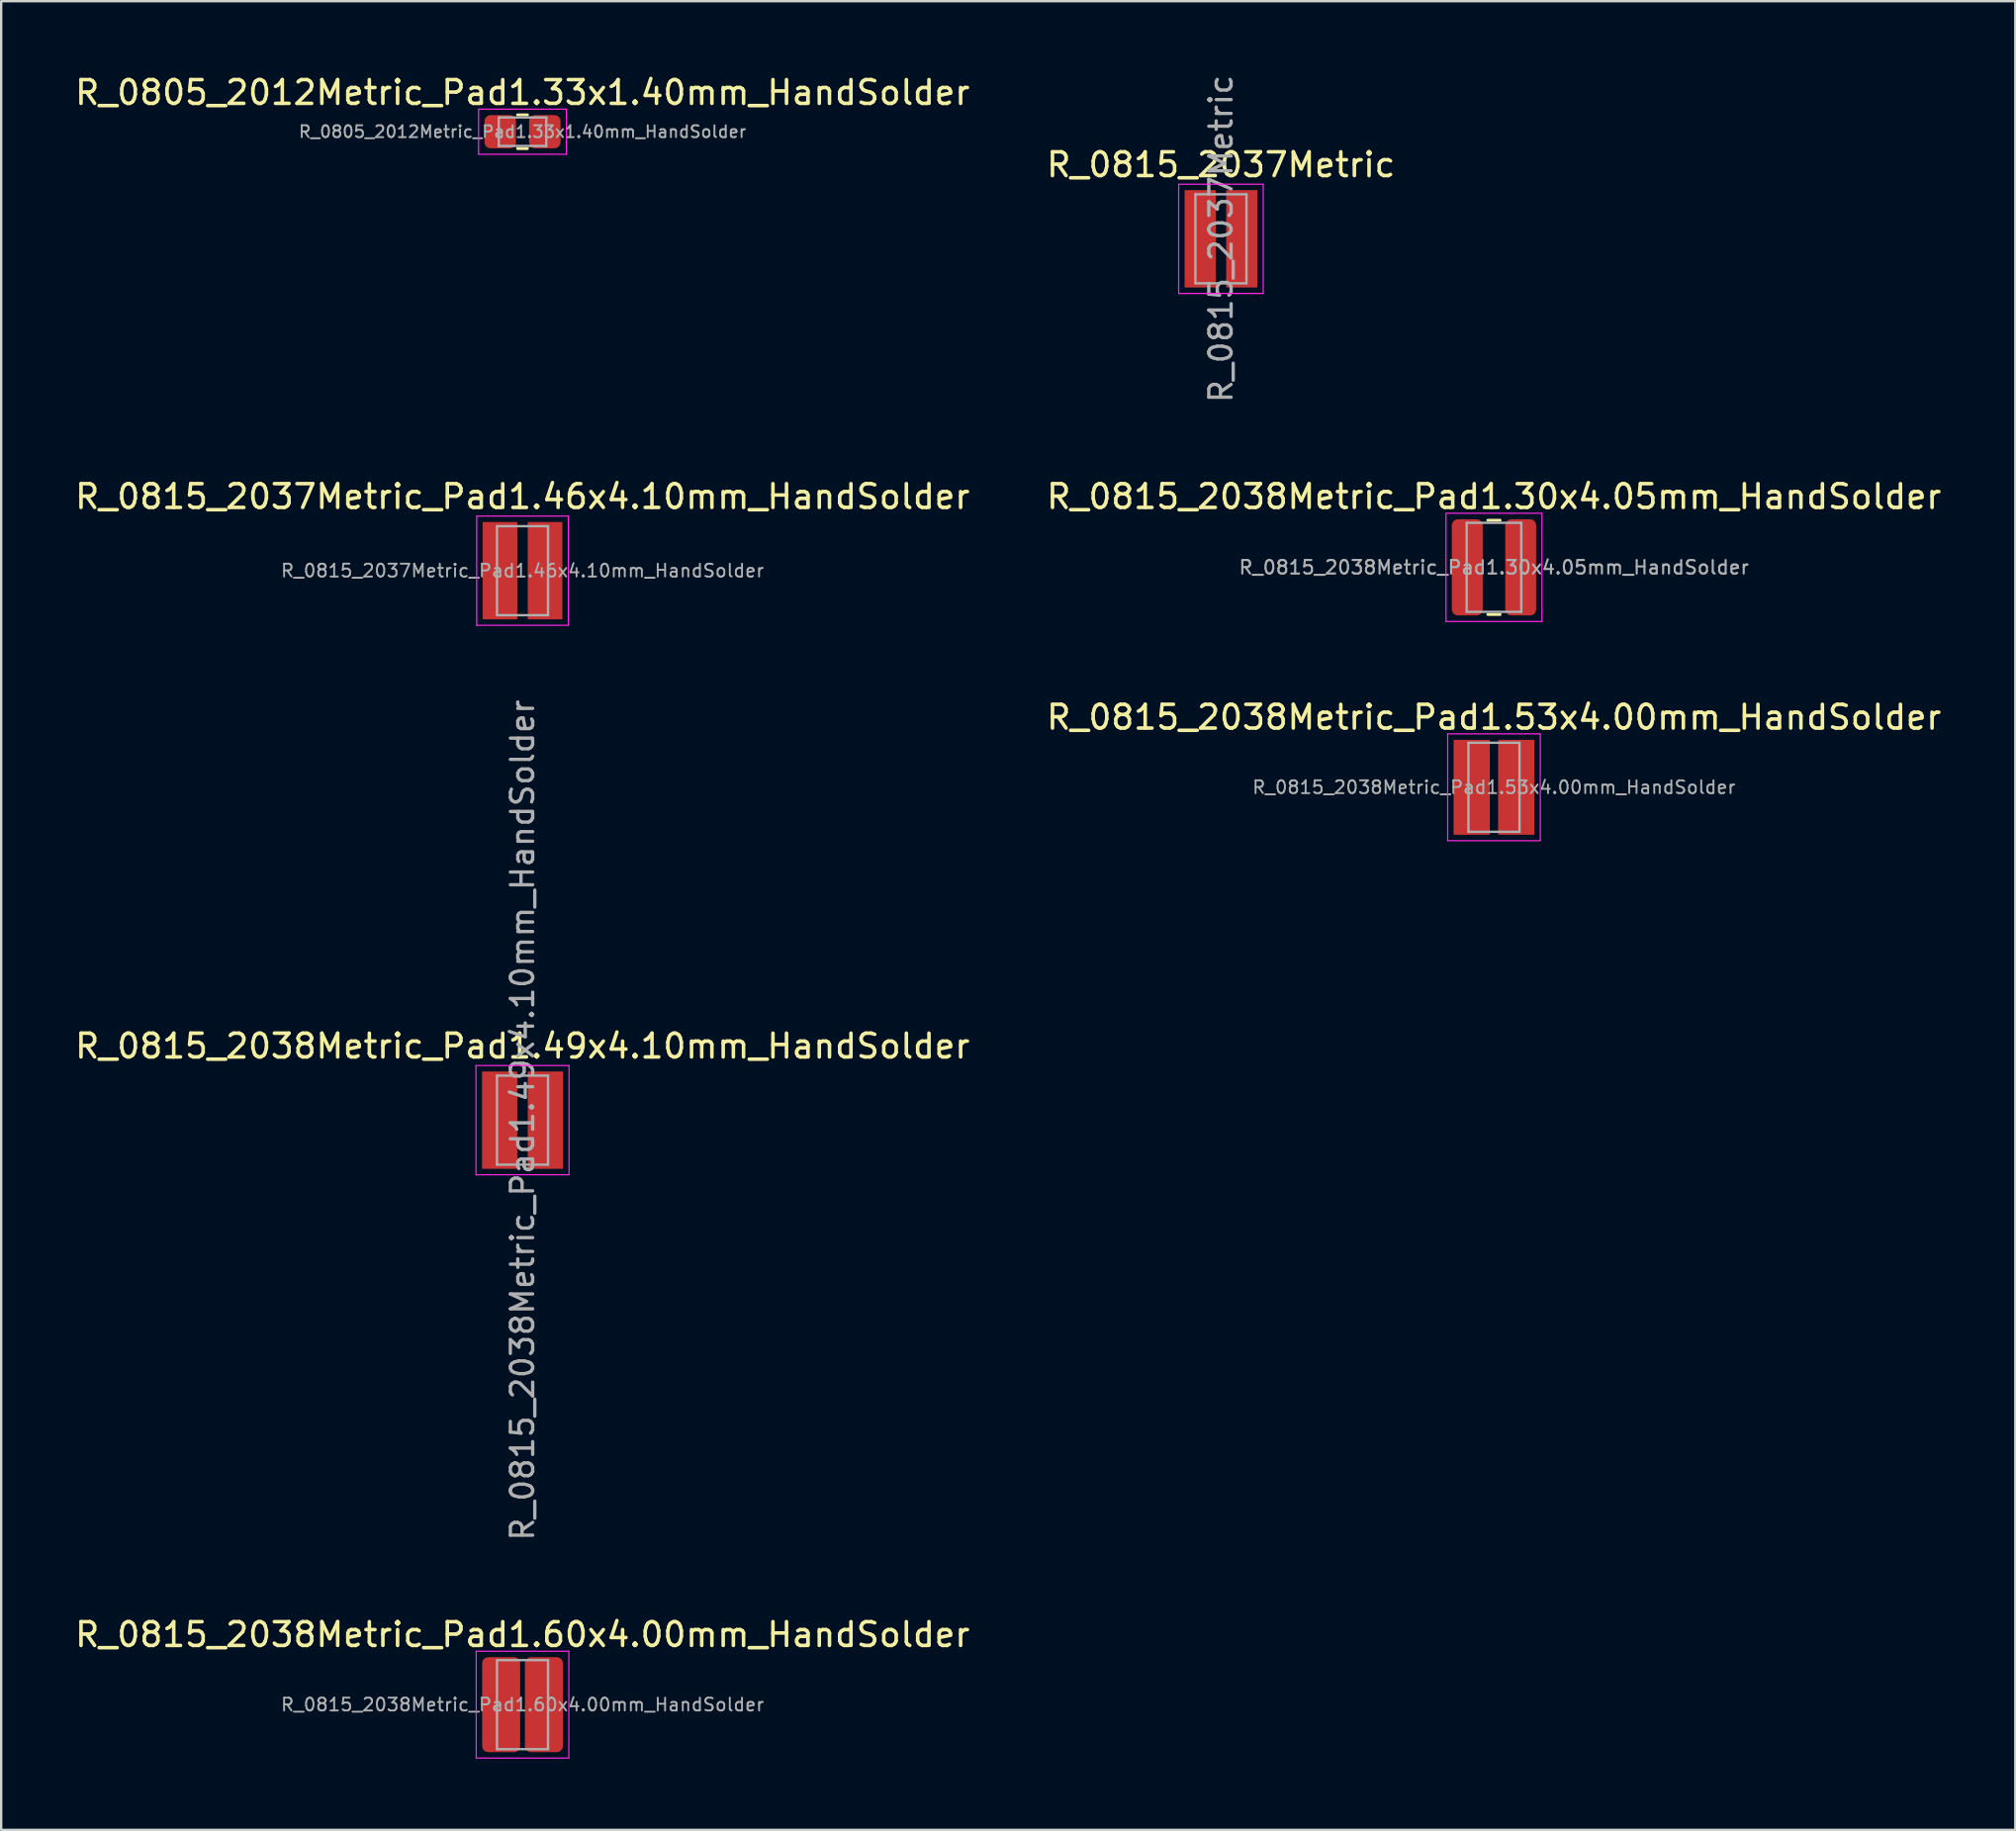
<source format=kicad_pcb>
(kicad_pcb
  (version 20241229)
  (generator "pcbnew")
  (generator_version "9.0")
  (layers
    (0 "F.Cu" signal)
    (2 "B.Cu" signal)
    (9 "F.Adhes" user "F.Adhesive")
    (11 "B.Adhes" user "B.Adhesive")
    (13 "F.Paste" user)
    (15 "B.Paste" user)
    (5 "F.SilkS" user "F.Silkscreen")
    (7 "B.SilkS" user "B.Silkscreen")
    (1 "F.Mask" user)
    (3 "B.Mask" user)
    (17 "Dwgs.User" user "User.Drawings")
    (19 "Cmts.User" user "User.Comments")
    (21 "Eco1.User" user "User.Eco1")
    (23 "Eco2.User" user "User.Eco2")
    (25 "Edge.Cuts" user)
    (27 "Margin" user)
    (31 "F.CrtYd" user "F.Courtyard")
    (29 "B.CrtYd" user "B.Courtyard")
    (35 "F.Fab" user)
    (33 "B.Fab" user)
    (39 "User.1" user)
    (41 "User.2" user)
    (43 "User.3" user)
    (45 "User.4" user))
  (footprint "R_0815_2037Metric"
    (layer "F.Cu")
    (at 48.375 7.009)
    (property "Reference" "R_0815_2037Metric" (at 0 -3.12 0) (layer "F.SilkS") (effects (font (size 1 1) (thickness 0.15))))
    (attr smd)
    (fp_line (start -1.78 -2.3) (end 1.78 -2.3) (stroke (width 0.05) (type solid)) (layer "F.CrtYd"))
    (fp_line (start -1.78 2.3) (end -1.78 -2.3) (stroke (width 0.05) (type solid)) (layer "F.CrtYd"))
    (fp_line (start 1.78 -2.3) (end 1.78 2.3) (stroke (width 0.05) (type solid)) (layer "F.CrtYd"))
    (fp_line (start 1.78 2.3) (end -1.78 2.3) (stroke (width 0.05) (type solid)) (layer "F.CrtYd"))
    (fp_line (start -1.075 -1.875) (end 1.075 -1.875) (stroke (width 0.1) (type solid)) (layer "F.Fab"))
    (fp_line (start -1.075 1.875) (end -1.075 -1.875) (stroke (width 0.1) (type solid)) (layer "F.Fab"))
    (fp_line (start 1.075 -1.875) (end 1.075 1.875) (stroke (width 0.1) (type solid)) (layer "F.Fab"))
    (fp_line (start 1.075 1.875) (end -1.075 1.875) (stroke (width 0.1) (type solid)) (layer "F.Fab"))
    (fp_text user "${REFERENCE}" (at 0 0 90) (layer "F.Fab") (effects (font (size 0.94 0.94) (thickness 0.14))))
    (pad "1" smd rect (at -0.875 0) (size 1.31 4.1) (layers "F.Cu" "F.Mask" "F.Paste"))
    (pad "2" smd rect (at 0.875 0) (size 1.31 4.1) (layers "F.Cu" "F.Mask" "F.Paste")))
  (footprint "R_0815_2038Metric_Pad1.60x4.00mm_HandSolder"
    (layer "F.Cu")
    (at 18.958 68.749)
    (property "Reference" "R_0815_2038Metric_Pad1.60x4.00mm_HandSolder" (at 0 -2.95 0) (layer "F.SilkS") (effects (font (size 1 1) (thickness 0.15))))
    (attr smd)
    (fp_line (start -1.95 -2.25) (end 1.95 -2.25) (stroke (width 0.05) (type solid)) (layer "F.CrtYd"))
    (fp_line (start -1.95 2.25) (end -1.95 -2.25) (stroke (width 0.05) (type solid)) (layer "F.CrtYd"))
    (fp_line (start 1.95 -2.25) (end 1.95 2.25) (stroke (width 0.05) (type solid)) (layer "F.CrtYd"))
    (fp_line (start 1.95 2.25) (end -1.95 2.25) (stroke (width 0.05) (type solid)) (layer "F.CrtYd"))
    (fp_line (start -1.075 -1.875) (end 1.075 -1.875) (stroke (width 0.1) (type solid)) (layer "F.Fab"))
    (fp_line (start -1.075 1.875) (end -1.075 -1.875) (stroke (width 0.1) (type solid)) (layer "F.Fab"))
    (fp_line (start 1.075 -1.875) (end 1.075 1.875) (stroke (width 0.1) (type solid)) (layer "F.Fab"))
    (fp_line (start 1.075 1.875) (end -1.075 1.875) (stroke (width 0.1) (type solid)) (layer "F.Fab"))
    (fp_text user "${REFERENCE}" (at 0 0 0) (layer "F.Fab") (effects (font (size 0.54 0.54) (thickness 0.08))))
    (pad "1" smd roundrect (at -0.9 0) (size 1.6 4) (layers "F.Cu" "F.Mask" "F.Paste") (roundrect_rratio 0.156))
    (pad "2" smd roundrect (at 0.9 0) (size 1.6 4) (layers "F.Cu" "F.Mask" "F.Paste") (roundrect_rratio 0.156)))
  (footprint "R_0815_2038Metric_Pad1.30x4.05mm_HandSolder"
    (layer "F.Cu")
    (at 59.875 20.847)
    (property "Reference" "R_0815_2038Metric_Pad1.30x4.05mm_HandSolder" (at 0 -2.98 0) (layer "F.SilkS") (effects (font (size 1 1) (thickness 0.15))))
    (attr smd)
    (fp_line (start -0.26 -1.985) (end 0.26 -1.985) (stroke (width 0.12) (type solid)) (layer "F.SilkS"))
    (fp_line (start -0.26 1.985) (end 0.26 1.985) (stroke (width 0.12) (type solid)) (layer "F.SilkS"))
    (fp_line (start -2.02 -2.28) (end 2.02 -2.28) (stroke (width 0.05) (type solid)) (layer "F.CrtYd"))
    (fp_line (start -2.02 2.28) (end -2.02 -2.28) (stroke (width 0.05) (type solid)) (layer "F.CrtYd"))
    (fp_line (start 2.02 -2.28) (end 2.02 2.28) (stroke (width 0.05) (type solid)) (layer "F.CrtYd"))
    (fp_line (start 2.02 2.28) (end -2.02 2.28) (stroke (width 0.05) (type solid)) (layer "F.CrtYd"))
    (fp_line (start -1.15 -1.875) (end 1.15 -1.875) (stroke (width 0.1) (type solid)) (layer "F.Fab"))
    (fp_line (start -1.15 1.875) (end -1.15 -1.875) (stroke (width 0.1) (type solid)) (layer "F.Fab"))
    (fp_line (start 1.15 -1.875) (end 1.15 1.875) (stroke (width 0.1) (type solid)) (layer "F.Fab"))
    (fp_line (start 1.15 1.875) (end -1.15 1.875) (stroke (width 0.1) (type solid)) (layer "F.Fab"))
    (fp_text user "${REFERENCE}" (at 0 0 0) (layer "F.Fab") (effects (font (size 0.57 0.57) (thickness 0.09))))
    (pad "1" smd roundrect (at -1.125 0) (size 1.3 4.05) (layers "F.Cu" "F.Mask" "F.Paste") (roundrect_rratio 0.192))
    (pad "2" smd roundrect (at 1.125 0) (size 1.3 4.05) (layers "F.Cu" "F.Mask" "F.Paste") (roundrect_rratio 0.192)))
  (footprint "R_0805_2012Metric_Pad1.33x1.40mm_HandSolder"
    (layer "F.Cu")
    (at 18.958 2.498)
    (property "Reference" "R_0805_2012Metric_Pad1.33x1.40mm_HandSolder" (at 0 -1.65 0) (layer "F.SilkS") (effects (font (size 1 1) (thickness 0.15))))
    (attr smd)
    (fp_line (start -0.208 -0.71) (end 0.208 -0.71) (stroke (width 0.12) (type solid)) (layer "F.SilkS"))
    (fp_line (start -0.208 0.71) (end 0.208 0.71) (stroke (width 0.12) (type solid)) (layer "F.SilkS"))
    (fp_line (start -1.85 -0.95) (end 1.85 -0.95) (stroke (width 0.05) (type solid)) (layer "F.CrtYd"))
    (fp_line (start -1.85 0.95) (end -1.85 -0.95) (stroke (width 0.05) (type solid)) (layer "F.CrtYd"))
    (fp_line (start 1.85 -0.95) (end 1.85 0.95) (stroke (width 0.05) (type solid)) (layer "F.CrtYd"))
    (fp_line (start 1.85 0.95) (end -1.85 0.95) (stroke (width 0.05) (type solid)) (layer "F.CrtYd"))
    (fp_line (start -1 -0.6) (end 1 -0.6) (stroke (width 0.1) (type solid)) (layer "F.Fab"))
    (fp_line (start -1 0.6) (end -1 -0.6) (stroke (width 0.1) (type solid)) (layer "F.Fab"))
    (fp_line (start 1 -0.6) (end 1 0.6) (stroke (width 0.1) (type solid)) (layer "F.Fab"))
    (fp_line (start 1 0.6) (end -1 0.6) (stroke (width 0.1) (type solid)) (layer "F.Fab"))
    (fp_text user "${REFERENCE}" (at 0 0 0) (layer "F.Fab") (effects (font (size 0.5 0.5) (thickness 0.08))))
    (pad "1" smd roundrect (at -0.938 0) (size 1.325 1.4) (layers "F.Cu" "F.Mask" "F.Paste") (roundrect_rratio 0.189))
    (pad "2" smd roundrect (at 0.938 0) (size 1.325 1.4) (layers "F.Cu" "F.Mask" "F.Paste") (roundrect_rratio 0.189)))
  (footprint "R_0815_2038Metric_Pad1.49x4.10mm_HandSolder"
    (layer "F.Cu")
    (at 18.958 44.131)
    (property "Reference" "R_0815_2038Metric_Pad1.49x4.10mm_HandSolder" (at 0 -3.12 0) (layer "F.SilkS") (effects (font (size 1 1) (thickness 0.15))))
    (attr smd)
    (fp_line (start -1.96 -2.3) (end 1.96 -2.3) (stroke (width 0.05) (type solid)) (layer "F.CrtYd"))
    (fp_line (start -1.96 2.3) (end -1.96 -2.3) (stroke (width 0.05) (type solid)) (layer "F.CrtYd"))
    (fp_line (start 1.96 -2.3) (end 1.96 2.3) (stroke (width 0.05) (type solid)) (layer "F.CrtYd"))
    (fp_line (start 1.96 2.3) (end -1.96 2.3) (stroke (width 0.05) (type solid)) (layer "F.CrtYd"))
    (fp_line (start -1.075 -1.875) (end 1.075 -1.875) (stroke (width 0.1) (type solid)) (layer "F.Fab"))
    (fp_line (start -1.075 1.875) (end -1.075 -1.875) (stroke (width 0.1) (type solid)) (layer "F.Fab"))
    (fp_line (start 1.075 -1.875) (end 1.075 1.875) (stroke (width 0.1) (type solid)) (layer "F.Fab"))
    (fp_line (start 1.075 1.875) (end -1.075 1.875) (stroke (width 0.1) (type solid)) (layer "F.Fab"))
    (fp_text user "${REFERENCE}" (at 0 0 90) (layer "F.Fab") (effects (font (size 0.94 0.94) (thickness 0.14))))
    (pad "1" smd rect (at -0.963 0) (size 1.485 4.1) (layers "F.Cu" "F.Mask" "F.Paste"))
    (pad "2" smd rect (at 0.963 0) (size 1.485 4.1) (layers "F.Cu" "F.Mask" "F.Paste")))
  (footprint "R_0815_2037Metric_Pad1.46x4.10mm_HandSolder"
    (layer "F.Cu")
    (at 18.958 20.987)
    (property "Reference" "R_0815_2037Metric_Pad1.46x4.10mm_HandSolder" (at 0 -3.12 0) (layer "F.SilkS") (effects (font (size 1 1) (thickness 0.15))))
    (attr smd)
    (fp_line (start -1.93 -2.3) (end 1.93 -2.3) (stroke (width 0.05) (type solid)) (layer "F.CrtYd"))
    (fp_line (start -1.93 2.3) (end -1.93 -2.3) (stroke (width 0.05) (type solid)) (layer "F.CrtYd"))
    (fp_line (start 1.93 -2.3) (end 1.93 2.3) (stroke (width 0.05) (type solid)) (layer "F.CrtYd"))
    (fp_line (start 1.93 2.3) (end -1.93 2.3) (stroke (width 0.05) (type solid)) (layer "F.CrtYd"))
    (fp_line (start -1.075 -1.875) (end 1.075 -1.875) (stroke (width 0.1) (type solid)) (layer "F.Fab"))
    (fp_line (start -1.075 1.875) (end -1.075 -1.875) (stroke (width 0.1) (type solid)) (layer "F.Fab"))
    (fp_line (start 1.075 -1.875) (end 1.075 1.875) (stroke (width 0.1) (type solid)) (layer "F.Fab"))
    (fp_line (start 1.075 1.875) (end -1.075 1.875) (stroke (width 0.1) (type solid)) (layer "F.Fab"))
    (fp_text user "${REFERENCE}" (at 0 0 0) (layer "F.Fab") (effects (font (size 0.54 0.54) (thickness 0.08))))
    (pad "1" smd rect (at -0.95 0) (size 1.46 4.1) (layers "F.Cu" "F.Mask" "F.Paste"))
    (pad "2" smd rect (at 0.95 0) (size 1.46 4.1) (layers "F.Cu" "F.Mask" "F.Paste")))
  (footprint "R_0815_2038Metric_Pad1.53x4.00mm_HandSolder"
    (layer "F.Cu")
    (at 59.875 30.11)
    (property "Reference" "R_0815_2038Metric_Pad1.53x4.00mm_HandSolder" (at 0 -2.95 0) (layer "F.SilkS") (effects (font (size 1 1) (thickness 0.15))))
    (attr smd)
    (fp_line (start -1.95 -2.25) (end 1.95 -2.25) (stroke (width 0.05) (type solid)) (layer "F.CrtYd"))
    (fp_line (start -1.95 2.25) (end -1.95 -2.25) (stroke (width 0.05) (type solid)) (layer "F.CrtYd"))
    (fp_line (start 1.95 -2.25) (end 1.95 2.25) (stroke (width 0.05) (type solid)) (layer "F.CrtYd"))
    (fp_line (start 1.95 2.25) (end -1.95 2.25) (stroke (width 0.05) (type solid)) (layer "F.CrtYd"))
    (fp_line (start -1.075 -1.875) (end 1.075 -1.875) (stroke (width 0.1) (type solid)) (layer "F.Fab"))
    (fp_line (start -1.075 1.875) (end -1.075 -1.875) (stroke (width 0.1) (type solid)) (layer "F.Fab"))
    (fp_line (start 1.075 -1.875) (end 1.075 1.875) (stroke (width 0.1) (type solid)) (layer "F.Fab"))
    (fp_line (start 1.075 1.875) (end -1.075 1.875) (stroke (width 0.1) (type solid)) (layer "F.Fab"))
    (fp_text user "${REFERENCE}" (at 0 0 0) (layer "F.Fab") (effects (font (size 0.54 0.54) (thickness 0.08))))
    (pad "1" smd rect (at -0.938 0) (size 1.525 4) (layers "F.Cu" "F.Mask" "F.Paste"))
    (pad "2" smd rect (at 0.938 0) (size 1.525 4) (layers "F.Cu" "F.Mask" "F.Paste")))
  (gr_rect
    (start -3 -3)
    (end 81.833 74.024)
    (stroke (width 0.1) (type default))
    (fill no)
    (layer "Edge.Cuts")))
</source>
